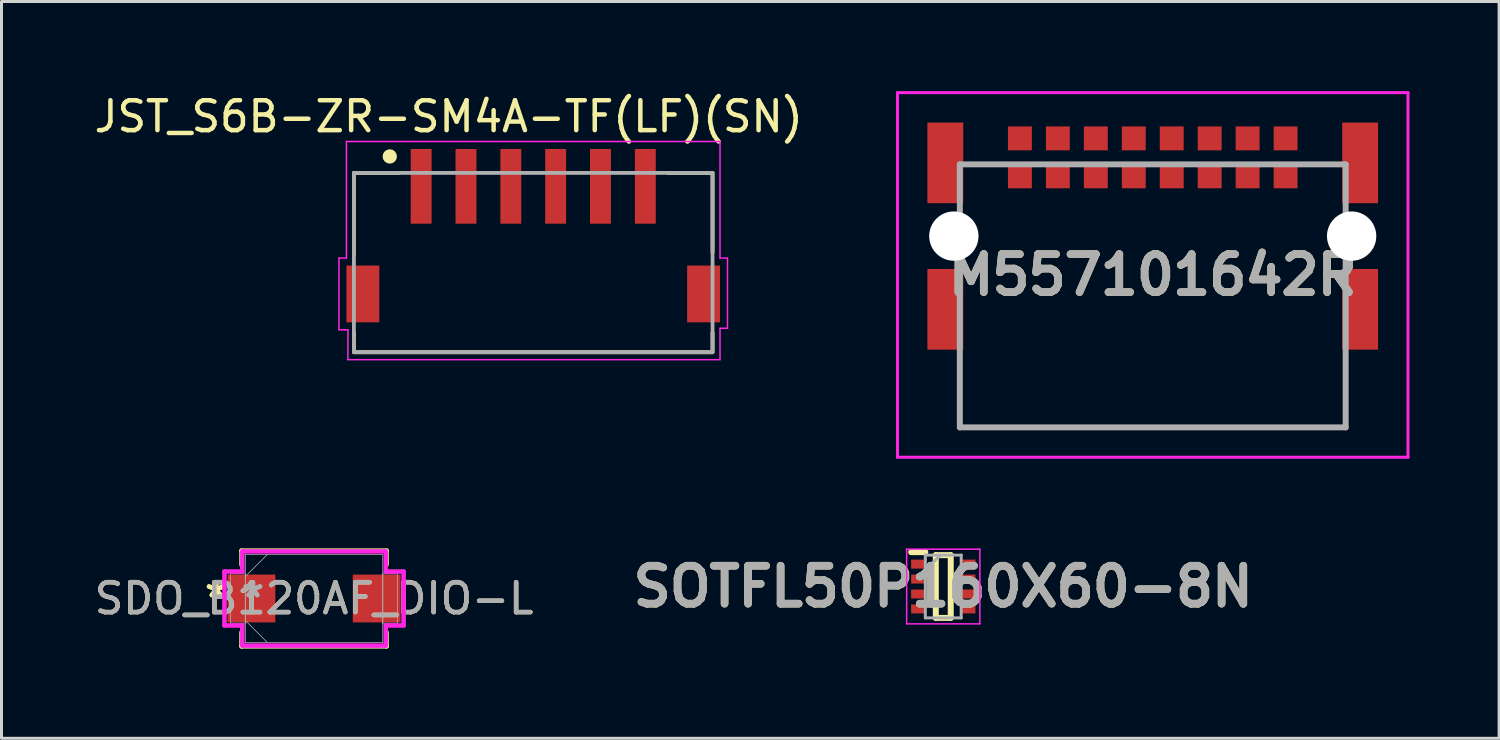
<source format=kicad_pcb>
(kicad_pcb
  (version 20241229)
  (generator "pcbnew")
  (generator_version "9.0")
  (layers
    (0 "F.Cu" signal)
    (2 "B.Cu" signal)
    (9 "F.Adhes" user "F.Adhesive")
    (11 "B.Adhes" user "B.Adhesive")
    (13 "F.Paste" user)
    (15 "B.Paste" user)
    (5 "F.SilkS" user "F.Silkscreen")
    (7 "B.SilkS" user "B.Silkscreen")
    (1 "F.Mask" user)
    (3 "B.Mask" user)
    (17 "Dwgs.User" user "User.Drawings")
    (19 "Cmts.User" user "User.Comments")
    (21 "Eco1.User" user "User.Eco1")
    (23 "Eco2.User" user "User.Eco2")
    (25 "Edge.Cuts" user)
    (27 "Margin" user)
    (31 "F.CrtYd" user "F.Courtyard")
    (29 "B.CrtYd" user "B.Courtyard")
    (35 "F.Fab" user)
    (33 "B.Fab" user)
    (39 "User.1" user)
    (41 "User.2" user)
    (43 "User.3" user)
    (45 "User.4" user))
  (footprint "SOTFL50P160X60-8N"
    (layer "F.Cu")
    (at 28.512 16.575)
    (property "Reference" "SOTFL50P160X60-8N" (at 0 0 0) (layer "F.SilkS") (effects (font (size 1.27 1.27) (thickness 0.254))))
    (attr smd)
    (fp_line (start -1.075 -1.15) (end -0.6 -1.15) (stroke (width 0.2) (type solid)) (layer "F.SilkS"))
    (fp_line (start -0.25 -1.05) (end 0.25 -1.05) (stroke (width 0.2) (type solid)) (layer "F.SilkS"))
    (fp_line (start -0.25 1.05) (end -0.25 -1.05) (stroke (width 0.2) (type solid)) (layer "F.SilkS"))
    (fp_line (start 0.25 -1.05) (end 0.25 1.05) (stroke (width 0.2) (type solid)) (layer "F.SilkS"))
    (fp_line (start 0.25 1.05) (end -0.25 1.05) (stroke (width 0.2) (type solid)) (layer "F.SilkS"))
    (fp_line (start -1.225 -1.25) (end 1.225 -1.25) (stroke (width 0.05) (type solid)) (layer "F.CrtYd"))
    (fp_line (start -1.225 1.25) (end -1.225 -1.25) (stroke (width 0.05) (type solid)) (layer "F.CrtYd"))
    (fp_line (start 1.225 -1.25) (end 1.225 1.25) (stroke (width 0.05) (type solid)) (layer "F.CrtYd"))
    (fp_line (start 1.225 1.25) (end -1.225 1.25) (stroke (width 0.05) (type solid)) (layer "F.CrtYd"))
    (fp_line (start -0.6 -1.05) (end 0.6 -1.05) (stroke (width 0.1) (type solid)) (layer "F.Fab"))
    (fp_line (start -0.6 -0.55) (end -0.1 -1.05) (stroke (width 0.1) (type solid)) (layer "F.Fab"))
    (fp_line (start -0.6 1.05) (end -0.6 -1.05) (stroke (width 0.1) (type solid)) (layer "F.Fab"))
    (fp_line (start 0.6 -1.05) (end 0.6 1.05) (stroke (width 0.1) (type solid)) (layer "F.Fab"))
    (fp_line (start 0.6 1.05) (end -0.6 1.05) (stroke (width 0.1) (type solid)) (layer "F.Fab"))
    (fp_text user "${REFERENCE}" (at 0 0 0) (layer "F.Fab") (effects (font (size 1.27 1.27) (thickness 0.254))))
    (pad "1" smd rect (at -0.838 -0.75 90) (size 0.3 0.475) (layers "F.Cu" "F.Mask" "F.Paste"))
    (pad "2" smd rect (at -0.838 -0.25 90) (size 0.3 0.475) (layers "F.Cu" "F.Mask" "F.Paste"))
    (pad "3" smd rect (at -0.838 0.25 90) (size 0.3 0.475) (layers "F.Cu" "F.Mask" "F.Paste"))
    (pad "4" smd rect (at -0.838 0.75 90) (size 0.3 0.475) (layers "F.Cu" "F.Mask" "F.Paste"))
    (pad "5" smd rect (at 0.838 0.75 90) (size 0.3 0.475) (layers "F.Cu" "F.Mask" "F.Paste"))
    (pad "6" smd rect (at 0.838 0.25 90) (size 0.3 0.475) (layers "F.Cu" "F.Mask" "F.Paste"))
    (pad "7" smd rect (at 0.838 -0.25 90) (size 0.3 0.475) (layers "F.Cu" "F.Mask" "F.Paste"))
    (pad "8" smd rect (at 0.838 -0.75 90) (size 0.3 0.475) (layers "F.Cu" "F.Mask" "F.Paste")))
  (footprint "M557101642R"
    (layer "F.Cu")
    (at 35.521 11.25)
    (property "Reference" "M557101642R" (at 0 -5.1 0) (layer "F.SilkS") (effects (font (size 1.27 1.27) (thickness 0.254))))
    (attr through_hole)
    (fp_line (start -6.455 -2) (end -6.455 0) (stroke (width 0.1) (type solid)) (layer "F.SilkS"))
    (fp_line (start -6.455 0) (end 6.455 0) (stroke (width 0.1) (type solid)) (layer "F.SilkS"))
    (fp_line (start 6.455 0) (end 6.455 -2) (stroke (width 0.1) (type solid)) (layer "F.SilkS"))
    (fp_line (start -8.54 -11.2) (end 8.54 -11.2) (stroke (width 0.1) (type solid)) (layer "F.CrtYd"))
    (fp_line (start -8.54 1) (end -8.54 -11.2) (stroke (width 0.1) (type solid)) (layer "F.CrtYd"))
    (fp_line (start 8.54 -11.2) (end 8.54 1) (stroke (width 0.1) (type solid)) (layer "F.CrtYd"))
    (fp_line (start 8.54 1) (end -8.54 1) (stroke (width 0.1) (type solid)) (layer "F.CrtYd"))
    (fp_line (start -6.455 -8.8) (end 6.455 -8.8) (stroke (width 0.2) (type solid)) (layer "F.Fab"))
    (fp_line (start -6.455 0) (end -6.455 -8.8) (stroke (width 0.2) (type solid)) (layer "F.Fab"))
    (fp_line (start 6.455 -8.8) (end 6.455 0) (stroke (width 0.2) (type solid)) (layer "F.Fab"))
    (fp_line (start 6.455 0) (end -6.455 0) (stroke (width 0.2) (type solid)) (layer "F.Fab"))
    (fp_text user "${REFERENCE}" (at 0 -5.1 0) (layer "F.Fab") (effects (font (size 1.27 1.27) (thickness 0.254))))
    (pad "" np_thru_hole circle (at -6.655 -6.4) (size 1.65 1.65) (drill 1.65) (layers "*.Cu" "*.Mask"))
    (pad "" np_thru_hole circle (at 6.655 -6.4) (size 1.65 1.65) (drill 1.65) (layers "*.Cu" "*.Mask"))
    (pad "A1" smd rect (at 4.445 -8.4 90) (size 0.8 0.8) (layers "F.Cu" "F.Mask" "F.Paste"))
    (pad "A2" smd rect (at 3.175 -8.4 90) (size 0.8 0.8) (layers "F.Cu" "F.Mask" "F.Paste"))
    (pad "A3" smd rect (at 1.905 -8.4 90) (size 0.8 0.8) (layers "F.Cu" "F.Mask" "F.Paste"))
    (pad "A4" smd rect (at 0.635 -8.4 90) (size 0.8 0.8) (layers "F.Cu" "F.Mask" "F.Paste"))
    (pad "A5" smd rect (at -0.635 -8.4 90) (size 0.8 0.8) (layers "F.Cu" "F.Mask" "F.Paste"))
    (pad "A6" smd rect (at -1.905 -8.4 90) (size 0.8 0.8) (layers "F.Cu" "F.Mask" "F.Paste"))
    (pad "A7" smd rect (at -3.175 -8.4 90) (size 0.8 0.8) (layers "F.Cu" "F.Mask" "F.Paste"))
    (pad "A8" smd rect (at -4.445 -8.4 90) (size 0.8 0.8) (layers "F.Cu" "F.Mask" "F.Paste"))
    (pad "B1" smd rect (at 4.445 -9.67 90) (size 0.8 0.8) (layers "F.Cu" "F.Mask" "F.Paste"))
    (pad "B2" smd rect (at 3.175 -9.67 90) (size 0.8 0.8) (layers "F.Cu" "F.Mask" "F.Paste"))
    (pad "B3" smd rect (at 1.905 -9.67 90) (size 0.8 0.8) (layers "F.Cu" "F.Mask" "F.Paste"))
    (pad "B4" smd rect (at 0.635 -9.67 90) (size 0.8 0.8) (layers "F.Cu" "F.Mask" "F.Paste"))
    (pad "B5" smd rect (at -0.635 -9.67 90) (size 0.8 0.8) (layers "F.Cu" "F.Mask" "F.Paste"))
    (pad "B6" smd rect (at -1.905 -9.67 90) (size 0.8 0.8) (layers "F.Cu" "F.Mask" "F.Paste"))
    (pad "B7" smd rect (at -3.175 -9.67 90) (size 0.8 0.8) (layers "F.Cu" "F.Mask" "F.Paste"))
    (pad "B8" smd rect (at -4.445 -9.67 90) (size 0.8 0.8) (layers "F.Cu" "F.Mask" "F.Paste"))
    (pad "MP1" smd rect (at -6.94 -8.85) (size 1.2 2.7) (layers "F.Cu" "F.Mask" "F.Paste"))
    (pad "MP2" smd rect (at -6.94 -3.95) (size 1.2 2.7) (layers "F.Cu" "F.Mask" "F.Paste"))
    (pad "MP3" smd rect (at 6.94 -3.95) (size 1.2 2.7) (layers "F.Cu" "F.Mask" "F.Paste"))
    (pad "MP4" smd rect (at 6.94 -8.85) (size 1.2 2.7) (layers "F.Cu" "F.Mask" "F.Paste")))
  (footprint "SDO_B120AF_DIO-L"
    (layer "F.Cu")
    (at 7.458 16.976)
    (property "Reference" "SDO_B120AF_DIO-L" (at 0 0 0) (unlocked yes) (layer "F.SilkS") (effects (font (size 1 1) (thickness 0.15))))
    (attr smd)
    (fp_line (start -2.426 -1.6) (end -2.426 -1.133) (stroke (width 0.152) (type solid)) (layer "F.SilkS"))
    (fp_line (start -2.426 1.133) (end -2.426 1.6) (stroke (width 0.152) (type solid)) (layer "F.SilkS"))
    (fp_line (start -2.426 1.6) (end 2.426 1.6) (stroke (width 0.152) (type solid)) (layer "F.SilkS"))
    (fp_line (start 2.426 -1.6) (end -2.426 -1.6) (stroke (width 0.152) (type solid)) (layer "F.SilkS"))
    (fp_line (start 2.426 -1.133) (end 2.426 -1.6) (stroke (width 0.152) (type solid)) (layer "F.SilkS"))
    (fp_line (start 2.426 1.6) (end 2.426 1.133) (stroke (width 0.152) (type solid)) (layer "F.SilkS"))
    (fp_line (start -2.997 -0.902) (end -2.4 -0.902) (stroke (width 0.152) (type solid)) (layer "F.CrtYd"))
    (fp_line (start -2.997 0.902) (end -2.997 -0.902) (stroke (width 0.152) (type solid)) (layer "F.CrtYd"))
    (fp_line (start -2.4 -1.575) (end 2.4 -1.575) (stroke (width 0.152) (type solid)) (layer "F.CrtYd"))
    (fp_line (start -2.4 -0.902) (end -2.4 -1.575) (stroke (width 0.152) (type solid)) (layer "F.CrtYd"))
    (fp_line (start -2.4 0.902) (end -2.997 0.902) (stroke (width 0.152) (type solid)) (layer "F.CrtYd"))
    (fp_line (start -2.4 1.575) (end -2.4 0.902) (stroke (width 0.152) (type solid)) (layer "F.CrtYd"))
    (fp_line (start 2.4 -1.575) (end 2.4 -0.902) (stroke (width 0.152) (type solid)) (layer "F.CrtYd"))
    (fp_line (start 2.4 -0.902) (end 2.997 -0.902) (stroke (width 0.152) (type solid)) (layer "F.CrtYd"))
    (fp_line (start 2.4 0.902) (end 2.4 1.575) (stroke (width 0.152) (type solid)) (layer "F.CrtYd"))
    (fp_line (start 2.4 1.575) (end -2.4 1.575) (stroke (width 0.152) (type solid)) (layer "F.CrtYd"))
    (fp_line (start 2.997 -0.902) (end 2.997 0.902) (stroke (width 0.152) (type solid)) (layer "F.CrtYd"))
    (fp_line (start 2.997 0.902) (end 2.4 0.902) (stroke (width 0.152) (type solid)) (layer "F.CrtYd"))
    (fp_line (start -2.794 -0.826) (end -2.794 0.826) (stroke (width 0.025) (type solid)) (layer "F.Fab"))
    (fp_line (start -2.794 0.826) (end -2.299 0.826) (stroke (width 0.025) (type solid)) (layer "F.Fab"))
    (fp_line (start -2.299 -1.473) (end -2.299 1.473) (stroke (width 0.025) (type solid)) (layer "F.Fab"))
    (fp_line (start -2.299 -0.826) (end -2.794 -0.826) (stroke (width 0.025) (type solid)) (layer "F.Fab"))
    (fp_line (start -2.299 -0.737) (end -1.562 -1.473) (stroke (width 0.025) (type solid)) (layer "F.Fab"))
    (fp_line (start -2.299 0.737) (end -1.562 1.473) (stroke (width 0.025) (type solid)) (layer "F.Fab"))
    (fp_line (start -2.299 0.826) (end -2.299 -0.826) (stroke (width 0.025) (type solid)) (layer "F.Fab"))
    (fp_line (start -2.299 1.473) (end 2.299 1.473) (stroke (width 0.025) (type solid)) (layer "F.Fab"))
    (fp_line (start 2.299 -1.473) (end -2.299 -1.473) (stroke (width 0.025) (type solid)) (layer "F.Fab"))
    (fp_line (start 2.299 -0.826) (end 2.299 0.826) (stroke (width 0.025) (type solid)) (layer "F.Fab"))
    (fp_line (start 2.299 0.826) (end 2.794 0.826) (stroke (width 0.025) (type solid)) (layer "F.Fab"))
    (fp_line (start 2.299 1.473) (end 2.299 -1.473) (stroke (width 0.025) (type solid)) (layer "F.Fab"))
    (fp_line (start 2.794 -0.826) (end 2.299 -0.826) (stroke (width 0.025) (type solid)) (layer "F.Fab"))
    (fp_line (start 2.794 0.826) (end 2.794 -0.826) (stroke (width 0.025) (type solid)) (layer "F.Fab"))
    (fp_text user "*" (at -3.277 0 0) (unlocked yes) (layer "F.SilkS") (effects (font (size 1 1) (thickness 0.15))))
    (fp_text user "*" (at -3.277 0 0) (layer "F.SilkS") (effects (font (size 1 1) (thickness 0.15))))
    (fp_text user "*" (at -2.045 0 0) (layer "F.Fab") (effects (font (size 1 1) (thickness 0.15))))
    (fp_text user "*" (at -2.045 0 0) (unlocked yes) (layer "F.Fab") (effects (font (size 1 1) (thickness 0.15))))
    (fp_text user "${REFERENCE}" (at 0 0 0) (unlocked yes) (layer "F.Fab") (effects (font (size 1 1) (thickness 0.15))))
    (pad "1" smd rect (at -2.095 0) (size 1.6 1.6) (layers "F.Cu" "F.Mask" "F.Paste"))
    (pad "2" smd rect (at 2.095 0) (size 1.6 1.6) (layers "F.Cu" "F.Mask" "F.Paste"))
    (zone (net_name "") (layer "F.Cu") (hatch full 0.508) (connect_pads) (min_thickness 0.254) (filled_areas_thickness no) (keepout (tracks not_allowed) (vias not_allowed) (pads allowed) (copperpour not_allowed) (footprints allowed)) (placement (enabled no)) (fill) (polygon (pts (xy 6.214 15.554) (xy 8.703 15.554) (xy 8.703 18.399) (xy 6.214 18.399)))))
  (footprint "JST_S6B-ZR-SM4A-TF(LF)(SN)"
    (layer "F.Cu")
    (at 14.792 3.185)
    (property "Reference" "JST_S6B-ZR-SM4A-TF(LF)(SN)" (at -2.827 -2.336 0) (layer "F.SilkS") (effects (font (size 1.001 1.001) (thickness 0.15))))
    (attr smd)
    (fp_line (start -6 -0.45) (end -4.5 -0.45) (stroke (width 0.127) (type solid)) (layer "F.SilkS"))
    (fp_line (start -6 -0.4) (end -6 2.3) (stroke (width 0.127) (type solid)) (layer "F.SilkS"))
    (fp_line (start -6 5.5) (end -6 4.9) (stroke (width 0.127) (type solid)) (layer "F.SilkS"))
    (fp_line (start 6 -0.45) (end 4.5 -0.45) (stroke (width 0.127) (type solid)) (layer "F.SilkS"))
    (fp_line (start 6 -0.4) (end 6 2.2) (stroke (width 0.127) (type solid)) (layer "F.SilkS"))
    (fp_line (start 6 5.5) (end 6 4.9) (stroke (width 0.127) (type solid)) (layer "F.SilkS"))
    (fp_line (start 6 5.55) (end -6 5.55) (stroke (width 0.127) (type solid)) (layer "F.SilkS"))
    (fp_circle (center -4.8 -1) (end -4.68 -1) (stroke (width 0.24) (type solid)) (fill no) (layer "F.SilkS"))
    (fp_line (start -6.5 2.4) (end -6.5 4.8) (stroke (width 0.05) (type solid)) (layer "F.CrtYd"))
    (fp_line (start -6.5 4.8) (end -6.3 4.8) (stroke (width 0.05) (type solid)) (layer "F.CrtYd"))
    (fp_line (start -6.3 4.8) (end -6.2 4.8) (stroke (width 0.05) (type solid)) (layer "F.CrtYd"))
    (fp_line (start -6.25 -1.5) (end -6.25 2.4) (stroke (width 0.05) (type solid)) (layer "F.CrtYd"))
    (fp_line (start -6.25 -1.5) (end 6.25 -1.5) (stroke (width 0.05) (type solid)) (layer "F.CrtYd"))
    (fp_line (start -6.25 2.4) (end -6.5 2.4) (stroke (width 0.05) (type solid)) (layer "F.CrtYd"))
    (fp_line (start -6.2 4.8) (end -6.2 5.8) (stroke (width 0.05) (type solid)) (layer "F.CrtYd"))
    (fp_line (start 6.25 -1.5) (end 6.25 2.4) (stroke (width 0.05) (type solid)) (layer "F.CrtYd"))
    (fp_line (start 6.25 2.4) (end 6.5 2.4) (stroke (width 0.05) (type solid)) (layer "F.CrtYd"))
    (fp_line (start 6.25 4.75) (end 6.25 5.8) (stroke (width 0.05) (type solid)) (layer "F.CrtYd"))
    (fp_line (start 6.25 5.8) (end -6.2 5.8) (stroke (width 0.05) (type solid)) (layer "F.CrtYd"))
    (fp_line (start 6.5 2.4) (end 6.5 4.75) (stroke (width 0.05) (type solid)) (layer "F.CrtYd"))
    (fp_line (start 6.5 4.75) (end 6.25 4.75) (stroke (width 0.05) (type solid)) (layer "F.CrtYd"))
    (fp_line (start -6 -0.45) (end 6 -0.45) (stroke (width 0.127) (type solid)) (layer "F.Fab"))
    (fp_line (start -6 5.55) (end -6 -0.45) (stroke (width 0.127) (type solid)) (layer "F.Fab"))
    (fp_line (start 6 -0.45) (end 6 5.55) (stroke (width 0.127) (type solid)) (layer "F.Fab"))
    (fp_line (start 6 5.55) (end -6 5.55) (stroke (width 0.127) (type solid)) (layer "F.Fab"))
    (pad "1" smd rect (at -3.75 0) (size 0.7 2.5) (layers "F.Cu" "F.Mask" "F.Paste"))
    (pad "2" smd rect (at -2.25 0) (size 0.7 2.5) (layers "F.Cu" "F.Mask" "F.Paste"))
    (pad "3" smd rect (at -0.75 0) (size 0.7 2.5) (layers "F.Cu" "F.Mask" "F.Paste"))
    (pad "4" smd rect (at 0.75 0) (size 0.7 2.5) (layers "F.Cu" "F.Mask" "F.Paste"))
    (pad "5" smd rect (at 2.25 0) (size 0.7 2.5) (layers "F.Cu" "F.Mask" "F.Paste"))
    (pad "6" smd rect (at 3.75 0) (size 0.7 2.5) (layers "F.Cu" "F.Mask" "F.Paste"))
    (pad "SH1" smd rect (at -5.7 3.6) (size 1.1 1.9) (layers "F.Cu" "F.Mask" "F.Paste"))
    (pad "SH2" smd rect (at 5.7 3.6) (size 1.1 1.9) (layers "F.Cu" "F.Mask" "F.Paste")))
  (gr_rect
    (start -3 -3)
    (end 47.111 21.653)
    (stroke (width 0.1) (type default))
    (fill no)
    (layer "Edge.Cuts")))
</source>
